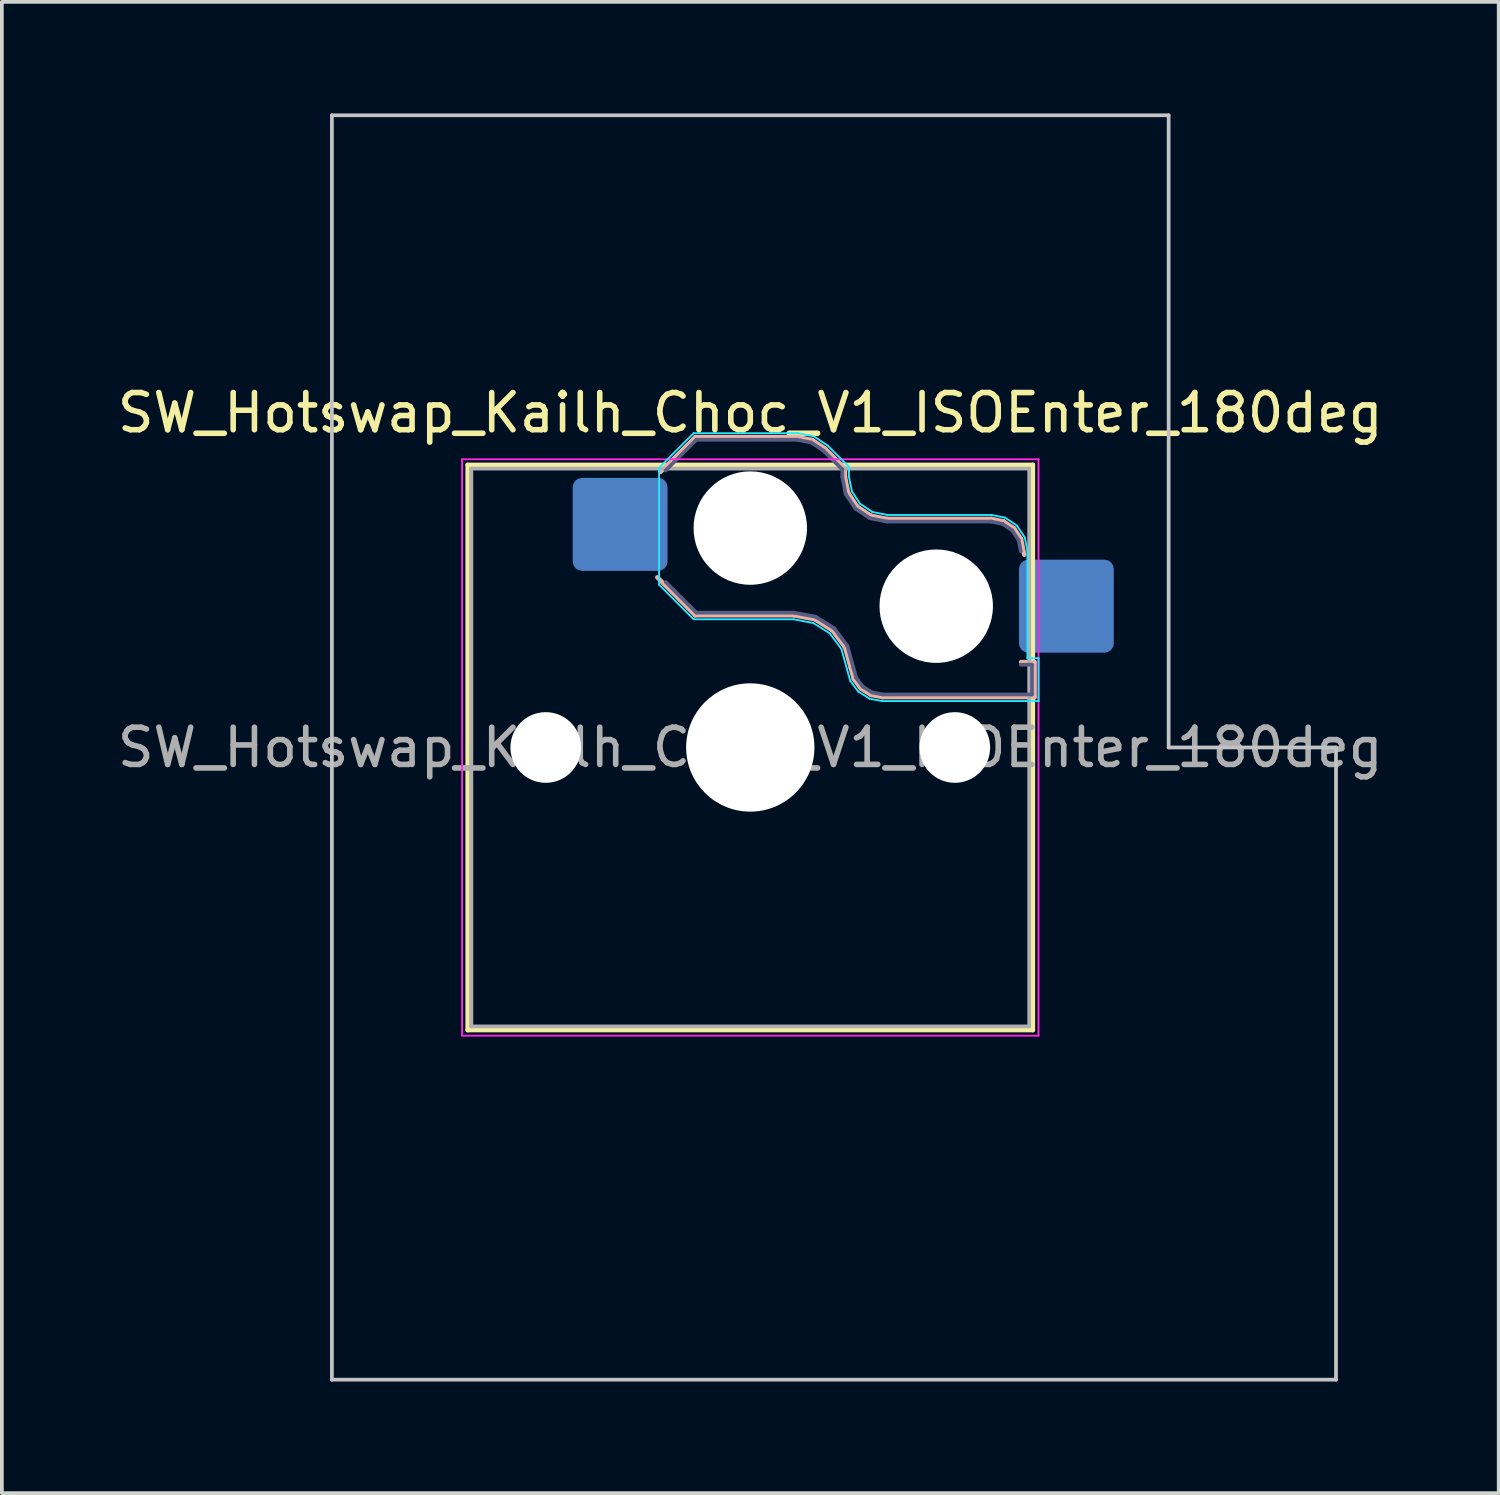
<source format=kicad_pcb>
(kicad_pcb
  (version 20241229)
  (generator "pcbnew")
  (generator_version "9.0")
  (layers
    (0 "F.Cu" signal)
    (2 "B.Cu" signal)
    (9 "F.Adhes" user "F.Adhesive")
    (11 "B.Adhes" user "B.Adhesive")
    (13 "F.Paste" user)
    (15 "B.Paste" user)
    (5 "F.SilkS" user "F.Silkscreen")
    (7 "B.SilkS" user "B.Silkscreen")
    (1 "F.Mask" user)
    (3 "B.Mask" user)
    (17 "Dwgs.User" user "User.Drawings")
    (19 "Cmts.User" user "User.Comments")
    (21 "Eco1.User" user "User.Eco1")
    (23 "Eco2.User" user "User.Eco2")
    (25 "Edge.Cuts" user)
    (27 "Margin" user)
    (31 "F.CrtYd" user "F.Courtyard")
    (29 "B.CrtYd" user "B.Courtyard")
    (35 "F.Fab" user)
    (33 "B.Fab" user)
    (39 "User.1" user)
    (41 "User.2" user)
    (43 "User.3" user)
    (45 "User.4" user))
  (footprint "SW_Hotswap_Kailh_Choc_V1_ISOEnter_180deg"
    (layer "F.Cu")
    (at 17.125 17.05)
    (property "Reference" "SW_Hotswap_Kailh_Choc_V1_ISOEnter_180deg" (at 0 -9 0) (layer "F.SilkS") (effects (font (size 1 1) (thickness 0.15))))
    (attr smd)
    (fp_line (start -7.6 -7.6) (end -7.6 7.6) (stroke (width 0.12) (type solid)) (layer "F.SilkS"))
    (fp_line (start -7.6 7.6) (end 7.6 7.6) (stroke (width 0.12) (type solid)) (layer "F.SilkS"))
    (fp_line (start 7.6 -7.6) (end -7.6 -7.6) (stroke (width 0.12) (type solid)) (layer "F.SilkS"))
    (fp_line (start 7.6 7.6) (end 7.6 -7.6) (stroke (width 0.12) (type solid)) (layer "F.SilkS"))
    (fp_line (start -2.416 -7.409) (end -1.479 -8.346) (stroke (width 0.12) (type solid)) (layer "B.SilkS"))
    (fp_line (start -1.479 -8.346) (end 1.268 -8.346) (stroke (width 0.12) (type solid)) (layer "B.SilkS"))
    (fp_line (start -1.479 -3.554) (end -2.5 -4.575) (stroke (width 0.12) (type solid)) (layer "B.SilkS"))
    (fp_line (start 1.168 -3.554) (end -1.479 -3.554) (stroke (width 0.12) (type solid)) (layer "B.SilkS"))
    (fp_line (start 1.268 -8.346) (end 1.671 -8.266) (stroke (width 0.12) (type solid)) (layer "B.SilkS"))
    (fp_line (start 1.671 -8.266) (end 2.013 -8.037) (stroke (width 0.12) (type solid)) (layer "B.SilkS"))
    (fp_line (start 1.73 -3.449) (end 1.168 -3.554) (stroke (width 0.12) (type solid)) (layer "B.SilkS"))
    (fp_line (start 2.013 -8.037) (end 2.546 -7.504) (stroke (width 0.12) (type solid)) (layer "B.SilkS"))
    (fp_line (start 2.209 -3.15) (end 1.73 -3.449) (stroke (width 0.12) (type solid)) (layer "B.SilkS"))
    (fp_line (start 2.546 -7.504) (end 2.546 -7.282) (stroke (width 0.12) (type solid)) (layer "B.SilkS"))
    (fp_line (start 2.546 -7.282) (end 2.633 -6.844) (stroke (width 0.12) (type solid)) (layer "B.SilkS"))
    (fp_line (start 2.547 -2.697) (end 2.209 -3.15) (stroke (width 0.12) (type solid)) (layer "B.SilkS"))
    (fp_line (start 2.633 -6.844) (end 2.877 -6.477) (stroke (width 0.12) (type solid)) (layer "B.SilkS"))
    (fp_line (start 2.701 -2.139) (end 2.547 -2.697) (stroke (width 0.12) (type solid)) (layer "B.SilkS"))
    (fp_line (start 2.783 -1.841) (end 2.701 -2.139) (stroke (width 0.12) (type solid)) (layer "B.SilkS"))
    (fp_line (start 2.877 -6.477) (end 3.244 -6.233) (stroke (width 0.12) (type solid)) (layer "B.SilkS"))
    (fp_line (start 2.976 -1.583) (end 2.783 -1.841) (stroke (width 0.12) (type solid)) (layer "B.SilkS"))
    (fp_line (start 3.244 -6.233) (end 3.682 -6.146) (stroke (width 0.12) (type solid)) (layer "B.SilkS"))
    (fp_line (start 3.25 -1.413) (end 2.976 -1.583) (stroke (width 0.12) (type solid)) (layer "B.SilkS"))
    (fp_line (start 3.56 -1.354) (end 3.25 -1.413) (stroke (width 0.12) (type solid)) (layer "B.SilkS"))
    (fp_line (start 3.682 -6.146) (end 6.482 -6.146) (stroke (width 0.12) (type solid)) (layer "B.SilkS"))
    (fp_line (start 6.482 -6.146) (end 6.809 -6.081) (stroke (width 0.12) (type solid)) (layer "B.SilkS"))
    (fp_line (start 6.809 -6.081) (end 7.092 -5.892) (stroke (width 0.12) (type solid)) (layer "B.SilkS"))
    (fp_line (start 7.092 -5.892) (end 7.281 -5.609) (stroke (width 0.12) (type solid)) (layer "B.SilkS"))
    (fp_line (start 7.281 -5.609) (end 7.366 -5.182) (stroke (width 0.12) (type solid)) (layer "B.SilkS"))
    (fp_line (start 7.283 -2.296) (end 7.646 -2.296) (stroke (width 0.12) (type solid)) (layer "B.SilkS"))
    (fp_line (start 7.646 -2.296) (end 7.646 -1.354) (stroke (width 0.12) (type solid)) (layer "B.SilkS"))
    (fp_line (start 7.646 -1.354) (end 3.56 -1.354) (stroke (width 0.12) (type solid)) (layer "B.SilkS"))
    (fp_line (start -11.25 -17) (end -11.25 17) (stroke (width 0.1) (type solid)) (layer "Dwgs.User"))
    (fp_line (start -11.25 17) (end 15.75 17) (stroke (width 0.1) (type solid)) (layer "Dwgs.User"))
    (fp_line (start 11.25 -17) (end -11.25 -17) (stroke (width 0.1) (type solid)) (layer "Dwgs.User"))
    (fp_line (start 11.25 0) (end 11.25 -17) (stroke (width 0.1) (type solid)) (layer "Dwgs.User"))
    (fp_line (start 15.75 0) (end 11.25 0) (stroke (width 0.1) (type solid)) (layer "Dwgs.User"))
    (fp_line (start 15.75 17) (end 15.75 0) (stroke (width 0.1) (type solid)) (layer "Dwgs.User"))
    (fp_line (start -7.25 -7.25) (end -7.25 7.25) (stroke (width 0.1) (type solid)) (layer "Eco1.User"))
    (fp_line (start -7.25 7.25) (end 7.25 7.25) (stroke (width 0.1) (type solid)) (layer "Eco1.User"))
    (fp_line (start 7.25 -7.25) (end -7.25 -7.25) (stroke (width 0.1) (type solid)) (layer "Eco1.User"))
    (fp_line (start 7.25 7.25) (end 7.25 -7.25) (stroke (width 0.1) (type solid)) (layer "Eco1.User"))
    (fp_line (start -2.452 -7.523) (end -1.523 -8.452) (stroke (width 0.05) (type solid)) (layer "B.CrtYd"))
    (fp_line (start -2.452 -4.377) (end -2.452 -7.523) (stroke (width 0.05) (type solid)) (layer "B.CrtYd"))
    (fp_line (start -1.523 -8.452) (end 1.278 -8.452) (stroke (width 0.05) (type solid)) (layer "B.CrtYd"))
    (fp_line (start -1.523 -3.448) (end -2.452 -4.377) (stroke (width 0.05) (type solid)) (layer "B.CrtYd"))
    (fp_line (start 1.159 -3.448) (end -1.523 -3.448) (stroke (width 0.05) (type solid)) (layer "B.CrtYd"))
    (fp_line (start 1.278 -8.452) (end 1.712 -8.366) (stroke (width 0.05) (type solid)) (layer "B.CrtYd"))
    (fp_line (start 1.691 -3.348) (end 1.159 -3.448) (stroke (width 0.05) (type solid)) (layer "B.CrtYd"))
    (fp_line (start 1.712 -8.366) (end 2.081 -8.119) (stroke (width 0.05) (type solid)) (layer "B.CrtYd"))
    (fp_line (start 2.081 -8.119) (end 2.652 -7.548) (stroke (width 0.05) (type solid)) (layer "B.CrtYd"))
    (fp_line (start 2.136 -3.071) (end 1.691 -3.348) (stroke (width 0.05) (type solid)) (layer "B.CrtYd"))
    (fp_line (start 2.45 -2.65) (end 2.136 -3.071) (stroke (width 0.05) (type solid)) (layer "B.CrtYd"))
    (fp_line (start 2.599 -2.111) (end 2.45 -2.65) (stroke (width 0.05) (type solid)) (layer "B.CrtYd"))
    (fp_line (start 2.652 -7.548) (end 2.652 -7.292) (stroke (width 0.05) (type solid)) (layer "B.CrtYd"))
    (fp_line (start 2.652 -7.292) (end 2.733 -6.885) (stroke (width 0.05) (type solid)) (layer "B.CrtYd"))
    (fp_line (start 2.687 -1.794) (end 2.599 -2.111) (stroke (width 0.05) (type solid)) (layer "B.CrtYd"))
    (fp_line (start 2.733 -6.885) (end 2.953 -6.553) (stroke (width 0.05) (type solid)) (layer "B.CrtYd"))
    (fp_line (start 2.903 -1.503) (end 2.687 -1.794) (stroke (width 0.05) (type solid)) (layer "B.CrtYd"))
    (fp_line (start 2.953 -6.553) (end 3.285 -6.333) (stroke (width 0.05) (type solid)) (layer "B.CrtYd"))
    (fp_line (start 3.211 -1.312) (end 2.903 -1.503) (stroke (width 0.05) (type solid)) (layer "B.CrtYd"))
    (fp_line (start 3.285 -6.333) (end 3.692 -6.252) (stroke (width 0.05) (type solid)) (layer "B.CrtYd"))
    (fp_line (start 3.55 -1.248) (end 3.211 -1.312) (stroke (width 0.05) (type solid)) (layer "B.CrtYd"))
    (fp_line (start 3.692 -6.252) (end 6.492 -6.252) (stroke (width 0.05) (type solid)) (layer "B.CrtYd"))
    (fp_line (start 6.492 -6.252) (end 6.85 -6.181) (stroke (width 0.05) (type solid)) (layer "B.CrtYd"))
    (fp_line (start 6.85 -6.181) (end 7.168 -5.968) (stroke (width 0.05) (type solid)) (layer "B.CrtYd"))
    (fp_line (start 7.168 -5.968) (end 7.381 -5.65) (stroke (width 0.05) (type solid)) (layer "B.CrtYd"))
    (fp_line (start 7.381 -5.65) (end 7.452 -5.292) (stroke (width 0.05) (type solid)) (layer "B.CrtYd"))
    (fp_line (start 7.452 -5.292) (end 7.452 -2.402) (stroke (width 0.05) (type solid)) (layer "B.CrtYd"))
    (fp_line (start 7.452 -2.402) (end 7.752 -2.402) (stroke (width 0.05) (type solid)) (layer "B.CrtYd"))
    (fp_line (start 7.752 -2.402) (end 7.752 -1.248) (stroke (width 0.05) (type solid)) (layer "B.CrtYd"))
    (fp_line (start 7.752 -1.248) (end 3.55 -1.248) (stroke (width 0.05) (type solid)) (layer "B.CrtYd"))
    (fp_line (start -7.75 -7.75) (end -7.75 7.75) (stroke (width 0.05) (type solid)) (layer "F.CrtYd"))
    (fp_line (start -7.75 7.75) (end 7.75 7.75) (stroke (width 0.05) (type solid)) (layer "F.CrtYd"))
    (fp_line (start 7.75 -7.75) (end -7.75 -7.75) (stroke (width 0.05) (type solid)) (layer "F.CrtYd"))
    (fp_line (start 7.75 7.75) (end 7.75 -7.75) (stroke (width 0.05) (type solid)) (layer "F.CrtYd"))
    (fp_line (start -2.275 -7.45) (end -1.45 -8.275) (stroke (width 0.1) (type solid)) (layer "B.Fab"))
    (fp_line (start -1.45 -8.275) (end 1.261 -8.275) (stroke (width 0.1) (type solid)) (layer "B.Fab"))
    (fp_line (start -1.45 -3.625) (end -2.275 -4.45) (stroke (width 0.1) (type solid)) (layer "B.Fab"))
    (fp_line (start 1.175 -3.625) (end -1.45 -3.625) (stroke (width 0.1) (type solid)) (layer "B.Fab"))
    (fp_line (start 1.261 -8.275) (end 1.643 -8.199) (stroke (width 0.1) (type solid)) (layer "B.Fab"))
    (fp_line (start 1.643 -8.199) (end 1.968 -7.982) (stroke (width 0.1) (type solid)) (layer "B.Fab"))
    (fp_line (start 1.756 -3.516) (end 1.175 -3.625) (stroke (width 0.1) (type solid)) (layer "B.Fab"))
    (fp_line (start 1.968 -7.982) (end 2.475 -7.475) (stroke (width 0.1) (type solid)) (layer "B.Fab"))
    (fp_line (start 2.258 -3.203) (end 1.756 -3.516) (stroke (width 0.1) (type solid)) (layer "B.Fab"))
    (fp_line (start 2.475 -7.475) (end 2.475 -7.275) (stroke (width 0.1) (type solid)) (layer "B.Fab"))
    (fp_line (start 2.475 -7.275) (end 2.566 -6.816) (stroke (width 0.1) (type solid)) (layer "B.Fab"))
    (fp_line (start 2.566 -6.816) (end 2.826 -6.426) (stroke (width 0.1) (type solid)) (layer "B.Fab"))
    (fp_line (start 2.612 -2.729) (end 2.258 -3.203) (stroke (width 0.1) (type solid)) (layer "B.Fab"))
    (fp_line (start 2.769 -2.158) (end 2.612 -2.729) (stroke (width 0.1) (type solid)) (layer "B.Fab"))
    (fp_line (start 2.826 -6.426) (end 3.216 -6.166) (stroke (width 0.1) (type solid)) (layer "B.Fab"))
    (fp_line (start 2.848 -1.873) (end 2.769 -2.158) (stroke (width 0.1) (type solid)) (layer "B.Fab"))
    (fp_line (start 3.025 -1.636) (end 2.848 -1.873) (stroke (width 0.1) (type solid)) (layer "B.Fab"))
    (fp_line (start 3.216 -6.166) (end 3.675 -6.075) (stroke (width 0.1) (type solid)) (layer "B.Fab"))
    (fp_line (start 3.276 -1.48) (end 3.025 -1.636) (stroke (width 0.1) (type solid)) (layer "B.Fab"))
    (fp_line (start 3.567 -1.425) (end 3.276 -1.48) (stroke (width 0.1) (type solid)) (layer "B.Fab"))
    (fp_line (start 3.675 -6.075) (end 6.475 -6.075) (stroke (width 0.1) (type solid)) (layer "B.Fab"))
    (fp_line (start 6.475 -6.075) (end 6.781 -6.014) (stroke (width 0.1) (type solid)) (layer "B.Fab"))
    (fp_line (start 6.781 -6.014) (end 7.041 -5.841) (stroke (width 0.1) (type solid)) (layer "B.Fab"))
    (fp_line (start 7.041 -5.841) (end 7.214 -5.581) (stroke (width 0.1) (type solid)) (layer "B.Fab"))
    (fp_line (start 7.214 -5.581) (end 7.275 -5.275) (stroke (width 0.1) (type solid)) (layer "B.Fab"))
    (fp_line (start 7.275 -2.225) (end 7.575 -2.225) (stroke (width 0.1) (type solid)) (layer "B.Fab"))
    (fp_line (start 7.575 -2.225) (end 7.575 -1.425) (stroke (width 0.1) (type solid)) (layer "B.Fab"))
    (fp_line (start 7.575 -1.425) (end 3.567 -1.425) (stroke (width 0.1) (type solid)) (layer "B.Fab"))
    (fp_line (start -7.5 -7.5) (end -7.5 7.5) (stroke (width 0.1) (type solid)) (layer "F.Fab"))
    (fp_line (start -7.5 7.5) (end 7.5 7.5) (stroke (width 0.1) (type solid)) (layer "F.Fab"))
    (fp_line (start 7.5 -7.5) (end -7.5 -7.5) (stroke (width 0.1) (type solid)) (layer "F.Fab"))
    (fp_line (start 7.5 7.5) (end 7.5 -7.5) (stroke (width 0.1) (type solid)) (layer "F.Fab"))
    (fp_text user "${REFERENCE}" (at 0 0 0) (layer "F.Fab") (effects (font (size 1 1) (thickness 0.15))))
    (pad "" np_thru_hole circle (at -5.5 0) (size 1.9 1.9) (drill 1.9) (layers "*.Cu" "*.Mask"))
    (pad "" np_thru_hole circle (at 0 -5.9) (size 3.05 3.05) (drill 3.05) (layers "*.Cu" "*.Mask"))
    (pad "" np_thru_hole circle (at 0 0) (size 3.45 3.45) (drill 3.45) (layers "*.Cu" "*.Mask"))
    (pad "" np_thru_hole circle (at 5 -3.8) (size 3.05 3.05) (drill 3.05) (layers "*.Cu" "*.Mask"))
    (pad "" np_thru_hole circle (at 5.5 0) (size 1.9 1.9) (drill 1.9) (layers "*.Cu" "*.Mask"))
    (pad "1" smd roundrect (at -3.5 -6) (size 2.55 2.5) (layers "B.Cu" "B.Mask" "B.Paste") (roundrect_rratio 0.1))
    (pad "2" smd roundrect (at 8.5 -3.8) (size 2.55 2.5) (layers "B.Cu" "B.Mask" "B.Paste") (roundrect_rratio 0.1)))
  (gr_rect
    (start -3 -3)
    (end 37.25 37.1)
    (stroke (width 0.1) (type default))
    (fill no)
    (layer "Edge.Cuts")))
</source>
